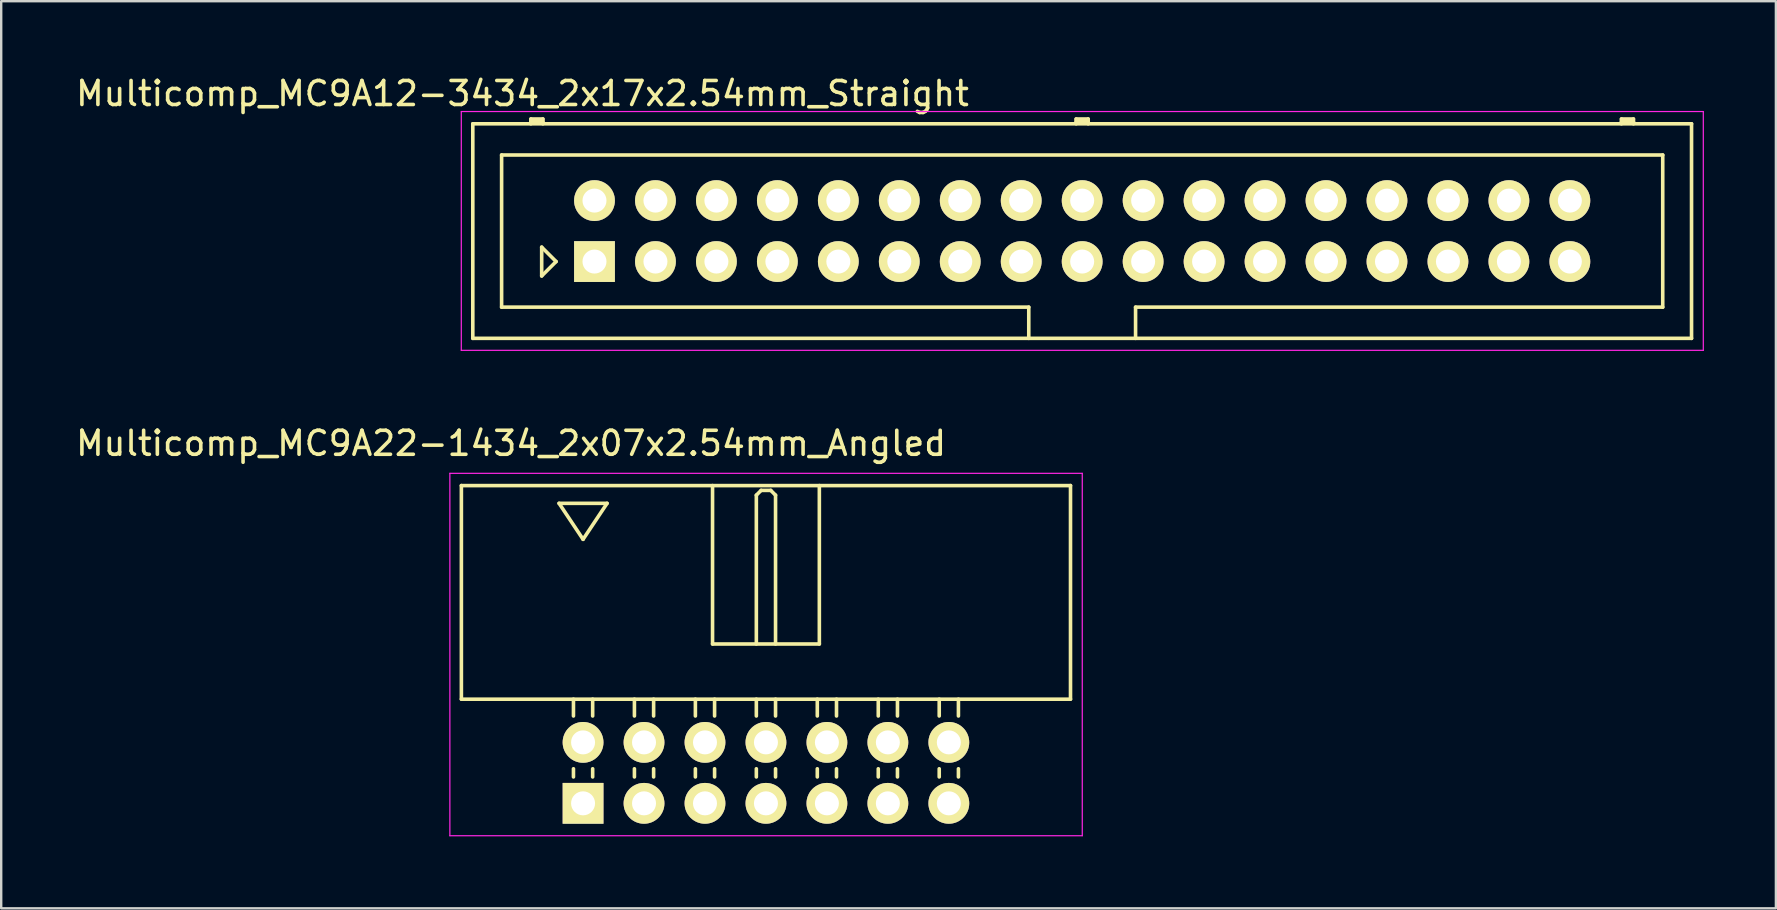
<source format=kicad_pcb>
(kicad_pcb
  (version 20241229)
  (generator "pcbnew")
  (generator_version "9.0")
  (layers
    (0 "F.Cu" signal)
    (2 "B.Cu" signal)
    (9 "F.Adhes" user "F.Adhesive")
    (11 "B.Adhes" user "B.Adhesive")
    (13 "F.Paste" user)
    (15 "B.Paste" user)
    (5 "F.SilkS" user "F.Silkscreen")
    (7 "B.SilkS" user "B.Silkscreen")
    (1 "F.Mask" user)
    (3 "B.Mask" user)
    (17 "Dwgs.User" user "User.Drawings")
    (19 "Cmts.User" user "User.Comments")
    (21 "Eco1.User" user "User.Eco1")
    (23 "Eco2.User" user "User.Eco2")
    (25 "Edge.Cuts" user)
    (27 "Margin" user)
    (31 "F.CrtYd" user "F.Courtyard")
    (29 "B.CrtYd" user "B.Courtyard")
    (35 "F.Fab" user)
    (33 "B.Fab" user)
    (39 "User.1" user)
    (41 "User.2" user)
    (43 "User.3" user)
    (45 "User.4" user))
  (footprint "Multicomp_MC9A12-3434_2x17x2.54mm_Straight"
    (layer "F.Cu")
    (at 21.72 7.848)
    (property "Reference" "Multicomp_MC9A12-3434_2x17x2.54mm_Straight" (at -3 -7 0) (layer "F.SilkS") (effects (font (size 1 1) (thickness 0.15))))
    (attr through_hole)
    (fp_line (start -5.07 -5.74) (end 45.71 -5.74) (stroke (width 0.15) (type solid)) (layer "F.SilkS"))
    (fp_line (start -5.07 3.2) (end -5.07 -5.74) (stroke (width 0.15) (type solid)) (layer "F.SilkS"))
    (fp_line (start -3.87 -4.44) (end 44.51 -4.44) (stroke (width 0.15) (type solid)) (layer "F.SilkS"))
    (fp_line (start -3.87 1.9) (end -3.87 -4.44) (stroke (width 0.15) (type solid)) (layer "F.SilkS"))
    (fp_line (start -2.65 -5.94) (end -2.15 -5.94) (stroke (width 0.15) (type solid)) (layer "F.SilkS"))
    (fp_line (start -2.65 -5.84) (end -2.15 -5.84) (stroke (width 0.15) (type solid)) (layer "F.SilkS"))
    (fp_line (start -2.65 -5.74) (end -2.65 -5.94) (stroke (width 0.15) (type solid)) (layer "F.SilkS"))
    (fp_line (start -2.2 -0.6) (end -1.6 0) (stroke (width 0.15) (type solid)) (layer "F.SilkS"))
    (fp_line (start -2.2 0.6) (end -2.2 -0.6) (stroke (width 0.15) (type solid)) (layer "F.SilkS"))
    (fp_line (start -2.15 -5.94) (end -2.15 -5.74) (stroke (width 0.15) (type solid)) (layer "F.SilkS"))
    (fp_line (start -1.6 0) (end -2.2 0.6) (stroke (width 0.15) (type solid)) (layer "F.SilkS"))
    (fp_line (start 18.095 1.9) (end -3.87 1.9) (stroke (width 0.15) (type solid)) (layer "F.SilkS"))
    (fp_line (start 18.095 3.2) (end 18.095 1.9) (stroke (width 0.15) (type solid)) (layer "F.SilkS"))
    (fp_line (start 20.07 -5.94) (end 20.57 -5.94) (stroke (width 0.15) (type solid)) (layer "F.SilkS"))
    (fp_line (start 20.07 -5.84) (end 20.57 -5.84) (stroke (width 0.15) (type solid)) (layer "F.SilkS"))
    (fp_line (start 20.07 -5.74) (end 20.07 -5.94) (stroke (width 0.15) (type solid)) (layer "F.SilkS"))
    (fp_line (start 20.57 -5.94) (end 20.57 -5.74) (stroke (width 0.15) (type solid)) (layer "F.SilkS"))
    (fp_line (start 22.545 1.9) (end 22.545 3.2) (stroke (width 0.15) (type solid)) (layer "F.SilkS"))
    (fp_line (start 42.79 -5.94) (end 43.29 -5.94) (stroke (width 0.15) (type solid)) (layer "F.SilkS"))
    (fp_line (start 42.79 -5.84) (end 43.29 -5.84) (stroke (width 0.15) (type solid)) (layer "F.SilkS"))
    (fp_line (start 42.79 -5.74) (end 42.79 -5.94) (stroke (width 0.15) (type solid)) (layer "F.SilkS"))
    (fp_line (start 43.29 -5.94) (end 43.29 -5.74) (stroke (width 0.15) (type solid)) (layer "F.SilkS"))
    (fp_line (start 44.51 -4.44) (end 44.51 1.9) (stroke (width 0.15) (type solid)) (layer "F.SilkS"))
    (fp_line (start 44.51 1.9) (end 22.545 1.9) (stroke (width 0.15) (type solid)) (layer "F.SilkS"))
    (fp_line (start 45.71 -5.74) (end 45.71 3.2) (stroke (width 0.15) (type solid)) (layer "F.SilkS"))
    (fp_line (start 45.71 3.2) (end -5.07 3.2) (stroke (width 0.15) (type solid)) (layer "F.SilkS"))
    (fp_line (start -5.55 -6.25) (end 46.2 -6.25) (stroke (width 0.05) (type solid)) (layer "F.CrtYd"))
    (fp_line (start -5.55 3.7) (end -5.55 -6.25) (stroke (width 0.05) (type solid)) (layer "F.CrtYd"))
    (fp_line (start 46.2 -6.25) (end 46.2 3.7) (stroke (width 0.05) (type solid)) (layer "F.CrtYd"))
    (fp_line (start 46.2 3.7) (end -5.55 3.7) (stroke (width 0.05) (type solid)) (layer "F.CrtYd"))
    (pad "1" thru_hole rect (at 0 0) (size 1.7 1.7) (drill 1) (layers "*.Cu" "*.Mask" "F.SilkS"))
    (pad "2" thru_hole circle (at 0 -2.54) (size 1.7 1.7) (drill 1) (layers "*.Cu" "*.Mask" "F.SilkS"))
    (pad "3" thru_hole circle (at 2.54 0) (size 1.7 1.7) (drill 1) (layers "*.Cu" "*.Mask" "F.SilkS"))
    (pad "4" thru_hole circle (at 2.54 -2.54) (size 1.7 1.7) (drill 1) (layers "*.Cu" "*.Mask" "F.SilkS"))
    (pad "5" thru_hole circle (at 5.08 0) (size 1.7 1.7) (drill 1) (layers "*.Cu" "*.Mask" "F.SilkS"))
    (pad "6" thru_hole circle (at 5.08 -2.54) (size 1.7 1.7) (drill 1) (layers "*.Cu" "*.Mask" "F.SilkS"))
    (pad "7" thru_hole circle (at 7.62 0) (size 1.7 1.7) (drill 1) (layers "*.Cu" "*.Mask" "F.SilkS"))
    (pad "8" thru_hole circle (at 7.62 -2.54) (size 1.7 1.7) (drill 1) (layers "*.Cu" "*.Mask" "F.SilkS"))
    (pad "9" thru_hole circle (at 10.16 0) (size 1.7 1.7) (drill 1) (layers "*.Cu" "*.Mask" "F.SilkS"))
    (pad "10" thru_hole circle (at 10.16 -2.54) (size 1.7 1.7) (drill 1) (layers "*.Cu" "*.Mask" "F.SilkS"))
    (pad "11" thru_hole circle (at 12.7 0) (size 1.7 1.7) (drill 1) (layers "*.Cu" "*.Mask" "F.SilkS"))
    (pad "12" thru_hole circle (at 12.7 -2.54) (size 1.7 1.7) (drill 1) (layers "*.Cu" "*.Mask" "F.SilkS"))
    (pad "13" thru_hole circle (at 15.24 0) (size 1.7 1.7) (drill 1) (layers "*.Cu" "*.Mask" "F.SilkS"))
    (pad "14" thru_hole circle (at 15.24 -2.54) (size 1.7 1.7) (drill 1) (layers "*.Cu" "*.Mask" "F.SilkS"))
    (pad "15" thru_hole circle (at 17.78 0) (size 1.7 1.7) (drill 1) (layers "*.Cu" "*.Mask" "F.SilkS"))
    (pad "16" thru_hole circle (at 17.78 -2.54) (size 1.7 1.7) (drill 1) (layers "*.Cu" "*.Mask" "F.SilkS"))
    (pad "17" thru_hole circle (at 20.32 0) (size 1.7 1.7) (drill 1) (layers "*.Cu" "*.Mask" "F.SilkS"))
    (pad "18" thru_hole circle (at 20.32 -2.54) (size 1.7 1.7) (drill 1) (layers "*.Cu" "*.Mask" "F.SilkS"))
    (pad "19" thru_hole circle (at 22.86 0) (size 1.7 1.7) (drill 1) (layers "*.Cu" "*.Mask" "F.SilkS"))
    (pad "20" thru_hole circle (at 22.86 -2.54) (size 1.7 1.7) (drill 1) (layers "*.Cu" "*.Mask" "F.SilkS"))
    (pad "21" thru_hole circle (at 25.4 0) (size 1.7 1.7) (drill 1) (layers "*.Cu" "*.Mask" "F.SilkS"))
    (pad "22" thru_hole circle (at 25.4 -2.54) (size 1.7 1.7) (drill 1) (layers "*.Cu" "*.Mask" "F.SilkS"))
    (pad "23" thru_hole circle (at 27.94 0) (size 1.7 1.7) (drill 1) (layers "*.Cu" "*.Mask" "F.SilkS"))
    (pad "24" thru_hole circle (at 27.94 -2.54) (size 1.7 1.7) (drill 1) (layers "*.Cu" "*.Mask" "F.SilkS"))
    (pad "25" thru_hole circle (at 30.48 0) (size 1.7 1.7) (drill 1) (layers "*.Cu" "*.Mask" "F.SilkS"))
    (pad "26" thru_hole circle (at 30.48 -2.54) (size 1.7 1.7) (drill 1) (layers "*.Cu" "*.Mask" "F.SilkS"))
    (pad "27" thru_hole circle (at 33.02 0) (size 1.7 1.7) (drill 1) (layers "*.Cu" "*.Mask" "F.SilkS"))
    (pad "28" thru_hole circle (at 33.02 -2.54) (size 1.7 1.7) (drill 1) (layers "*.Cu" "*.Mask" "F.SilkS"))
    (pad "29" thru_hole circle (at 35.56 0) (size 1.7 1.7) (drill 1) (layers "*.Cu" "*.Mask" "F.SilkS"))
    (pad "30" thru_hole circle (at 35.56 -2.54) (size 1.7 1.7) (drill 1) (layers "*.Cu" "*.Mask" "F.SilkS"))
    (pad "31" thru_hole circle (at 38.1 0) (size 1.7 1.7) (drill 1) (layers "*.Cu" "*.Mask" "F.SilkS"))
    (pad "32" thru_hole circle (at 38.1 -2.54) (size 1.7 1.7) (drill 1) (layers "*.Cu" "*.Mask" "F.SilkS"))
    (pad "33" thru_hole circle (at 40.64 0) (size 1.7 1.7) (drill 1) (layers "*.Cu" "*.Mask" "F.SilkS"))
    (pad "34" thru_hole circle (at 40.64 -2.54) (size 1.7 1.7) (drill 1) (layers "*.Cu" "*.Mask" "F.SilkS")))
  (footprint "Multicomp_MC9A22-1434_2x07x2.54mm_Angled"
    (layer "F.Cu")
    (at 21.244 30.422)
    (property "Reference" "Multicomp_MC9A22-1434_2x07x2.54mm_Angled" (at -3 -15 0) (layer "F.SilkS") (effects (font (size 1 1) (thickness 0.15))))
    (attr through_hole)
    (fp_line (start -5.07 -13.24) (end 20.31 -13.24) (stroke (width 0.15) (type solid)) (layer "F.SilkS"))
    (fp_line (start -5.07 -4.34) (end -5.07 -13.24) (stroke (width 0.15) (type solid)) (layer "F.SilkS"))
    (fp_line (start -1 -12.5) (end 1 -12.5) (stroke (width 0.15) (type solid)) (layer "F.SilkS"))
    (fp_line (start -0.4 -3.64) (end -0.4 -4.34) (stroke (width 0.15) (type solid)) (layer "F.SilkS"))
    (fp_line (start -0.4 -1.1) (end -0.4 -1.44) (stroke (width 0.15) (type solid)) (layer "F.SilkS"))
    (fp_line (start 0 -11) (end -1 -12.5) (stroke (width 0.15) (type solid)) (layer "F.SilkS"))
    (fp_line (start 0.4 -3.64) (end 0.4 -4.34) (stroke (width 0.15) (type solid)) (layer "F.SilkS"))
    (fp_line (start 0.4 -1.1) (end 0.4 -1.44) (stroke (width 0.15) (type solid)) (layer "F.SilkS"))
    (fp_line (start 1 -12.5) (end 0 -11) (stroke (width 0.15) (type solid)) (layer "F.SilkS"))
    (fp_line (start 2.14 -3.64) (end 2.14 -4.34) (stroke (width 0.15) (type solid)) (layer "F.SilkS"))
    (fp_line (start 2.14 -1.1) (end 2.14 -1.44) (stroke (width 0.15) (type solid)) (layer "F.SilkS"))
    (fp_line (start 2.94 -3.64) (end 2.94 -4.34) (stroke (width 0.15) (type solid)) (layer "F.SilkS"))
    (fp_line (start 2.94 -1.1) (end 2.94 -1.44) (stroke (width 0.15) (type solid)) (layer "F.SilkS"))
    (fp_line (start 4.68 -3.64) (end 4.68 -4.34) (stroke (width 0.15) (type solid)) (layer "F.SilkS"))
    (fp_line (start 4.68 -1.1) (end 4.68 -1.44) (stroke (width 0.15) (type solid)) (layer "F.SilkS"))
    (fp_line (start 5.395 -13.24) (end 5.395 -6.64) (stroke (width 0.15) (type solid)) (layer "F.SilkS"))
    (fp_line (start 5.395 -6.64) (end 9.845 -6.64) (stroke (width 0.15) (type solid)) (layer "F.SilkS"))
    (fp_line (start 5.48 -3.64) (end 5.48 -4.34) (stroke (width 0.15) (type solid)) (layer "F.SilkS"))
    (fp_line (start 5.48 -1.1) (end 5.48 -1.44) (stroke (width 0.15) (type solid)) (layer "F.SilkS"))
    (fp_line (start 7.22 -12.84) (end 7.42 -13.04) (stroke (width 0.15) (type solid)) (layer "F.SilkS"))
    (fp_line (start 7.22 -6.64) (end 7.22 -12.84) (stroke (width 0.15) (type solid)) (layer "F.SilkS"))
    (fp_line (start 7.22 -3.64) (end 7.22 -4.34) (stroke (width 0.15) (type solid)) (layer "F.SilkS"))
    (fp_line (start 7.22 -1.1) (end 7.22 -1.44) (stroke (width 0.15) (type solid)) (layer "F.SilkS"))
    (fp_line (start 7.42 -13.04) (end 7.82 -13.04) (stroke (width 0.15) (type solid)) (layer "F.SilkS"))
    (fp_line (start 7.82 -13.04) (end 8.02 -12.84) (stroke (width 0.15) (type solid)) (layer "F.SilkS"))
    (fp_line (start 8.02 -12.84) (end 8.02 -6.64) (stroke (width 0.15) (type solid)) (layer "F.SilkS"))
    (fp_line (start 8.02 -3.64) (end 8.02 -4.34) (stroke (width 0.15) (type solid)) (layer "F.SilkS"))
    (fp_line (start 8.02 -1.1) (end 8.02 -1.44) (stroke (width 0.15) (type solid)) (layer "F.SilkS"))
    (fp_line (start 9.76 -3.64) (end 9.76 -4.34) (stroke (width 0.15) (type solid)) (layer "F.SilkS"))
    (fp_line (start 9.76 -1.1) (end 9.76 -1.44) (stroke (width 0.15) (type solid)) (layer "F.SilkS"))
    (fp_line (start 9.845 -6.64) (end 9.845 -13.24) (stroke (width 0.15) (type solid)) (layer "F.SilkS"))
    (fp_line (start 10.56 -3.64) (end 10.56 -4.34) (stroke (width 0.15) (type solid)) (layer "F.SilkS"))
    (fp_line (start 10.56 -1.1) (end 10.56 -1.44) (stroke (width 0.15) (type solid)) (layer "F.SilkS"))
    (fp_line (start 12.3 -3.64) (end 12.3 -4.34) (stroke (width 0.15) (type solid)) (layer "F.SilkS"))
    (fp_line (start 12.3 -1.1) (end 12.3 -1.44) (stroke (width 0.15) (type solid)) (layer "F.SilkS"))
    (fp_line (start 13.1 -3.64) (end 13.1 -4.34) (stroke (width 0.15) (type solid)) (layer "F.SilkS"))
    (fp_line (start 13.1 -1.1) (end 13.1 -1.44) (stroke (width 0.15) (type solid)) (layer "F.SilkS"))
    (fp_line (start 14.84 -3.64) (end 14.84 -4.34) (stroke (width 0.15) (type solid)) (layer "F.SilkS"))
    (fp_line (start 14.84 -1.1) (end 14.84 -1.44) (stroke (width 0.15) (type solid)) (layer "F.SilkS"))
    (fp_line (start 15.64 -3.64) (end 15.64 -4.34) (stroke (width 0.15) (type solid)) (layer "F.SilkS"))
    (fp_line (start 15.64 -1.1) (end 15.64 -1.44) (stroke (width 0.15) (type solid)) (layer "F.SilkS"))
    (fp_line (start 20.31 -13.24) (end 20.31 -4.34) (stroke (width 0.15) (type solid)) (layer "F.SilkS"))
    (fp_line (start 20.31 -4.34) (end -5.07 -4.34) (stroke (width 0.15) (type solid)) (layer "F.SilkS"))
    (fp_line (start -5.55 -13.75) (end 20.8 -13.75) (stroke (width 0.05) (type solid)) (layer "F.CrtYd"))
    (fp_line (start -5.55 1.35) (end -5.55 -13.75) (stroke (width 0.05) (type solid)) (layer "F.CrtYd"))
    (fp_line (start 20.8 -13.75) (end 20.8 1.35) (stroke (width 0.05) (type solid)) (layer "F.CrtYd"))
    (fp_line (start 20.8 1.35) (end -5.55 1.35) (stroke (width 0.05) (type solid)) (layer "F.CrtYd"))
    (pad "1" thru_hole rect (at 0 0) (size 1.7 1.7) (drill 1) (layers "*.Cu" "*.Mask" "F.SilkS"))
    (pad "2" thru_hole circle (at 0 -2.54) (size 1.7 1.7) (drill 1) (layers "*.Cu" "*.Mask" "F.SilkS"))
    (pad "3" thru_hole circle (at 2.54 0) (size 1.7 1.7) (drill 1) (layers "*.Cu" "*.Mask" "F.SilkS"))
    (pad "4" thru_hole circle (at 2.54 -2.54) (size 1.7 1.7) (drill 1) (layers "*.Cu" "*.Mask" "F.SilkS"))
    (pad "5" thru_hole circle (at 5.08 0) (size 1.7 1.7) (drill 1) (layers "*.Cu" "*.Mask" "F.SilkS"))
    (pad "6" thru_hole circle (at 5.08 -2.54) (size 1.7 1.7) (drill 1) (layers "*.Cu" "*.Mask" "F.SilkS"))
    (pad "7" thru_hole circle (at 7.62 0) (size 1.7 1.7) (drill 1) (layers "*.Cu" "*.Mask" "F.SilkS"))
    (pad "8" thru_hole circle (at 7.62 -2.54) (size 1.7 1.7) (drill 1) (layers "*.Cu" "*.Mask" "F.SilkS"))
    (pad "9" thru_hole circle (at 10.16 0) (size 1.7 1.7) (drill 1) (layers "*.Cu" "*.Mask" "F.SilkS"))
    (pad "10" thru_hole circle (at 10.16 -2.54) (size 1.7 1.7) (drill 1) (layers "*.Cu" "*.Mask" "F.SilkS"))
    (pad "11" thru_hole circle (at 12.7 0) (size 1.7 1.7) (drill 1) (layers "*.Cu" "*.Mask" "F.SilkS"))
    (pad "12" thru_hole circle (at 12.7 -2.54) (size 1.7 1.7) (drill 1) (layers "*.Cu" "*.Mask" "F.SilkS"))
    (pad "13" thru_hole circle (at 15.24 0) (size 1.7 1.7) (drill 1) (layers "*.Cu" "*.Mask" "F.SilkS"))
    (pad "14" thru_hole circle (at 15.24 -2.54) (size 1.7 1.7) (drill 1) (layers "*.Cu" "*.Mask" "F.SilkS")))
  (gr_rect
    (start -3 -3)
    (end 70.945 34.797)
    (stroke (width 0.1) (type default))
    (fill no)
    (layer "Edge.Cuts")))
</source>
